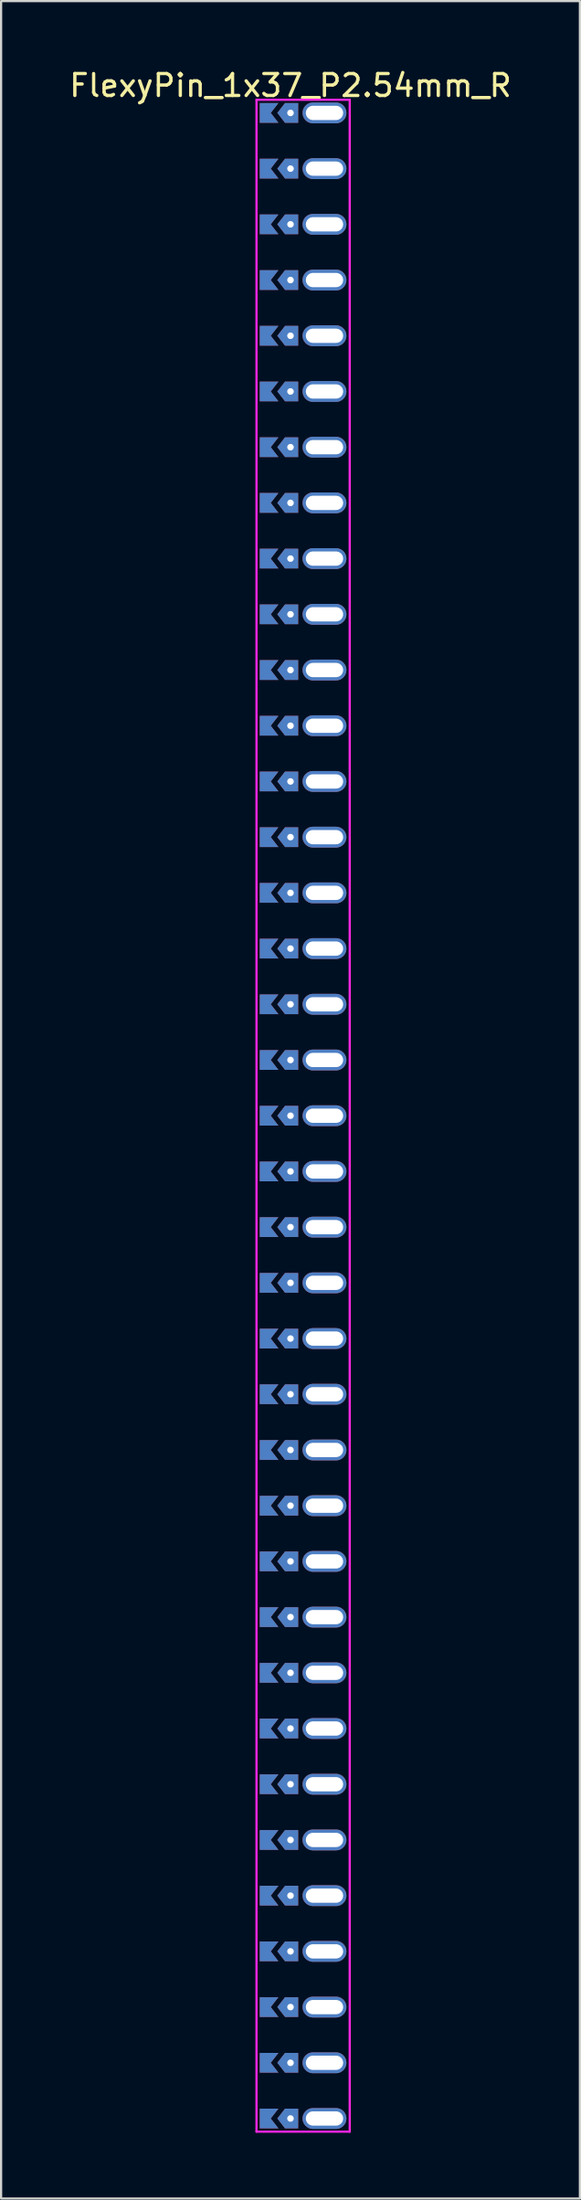
<source format=kicad_pcb>
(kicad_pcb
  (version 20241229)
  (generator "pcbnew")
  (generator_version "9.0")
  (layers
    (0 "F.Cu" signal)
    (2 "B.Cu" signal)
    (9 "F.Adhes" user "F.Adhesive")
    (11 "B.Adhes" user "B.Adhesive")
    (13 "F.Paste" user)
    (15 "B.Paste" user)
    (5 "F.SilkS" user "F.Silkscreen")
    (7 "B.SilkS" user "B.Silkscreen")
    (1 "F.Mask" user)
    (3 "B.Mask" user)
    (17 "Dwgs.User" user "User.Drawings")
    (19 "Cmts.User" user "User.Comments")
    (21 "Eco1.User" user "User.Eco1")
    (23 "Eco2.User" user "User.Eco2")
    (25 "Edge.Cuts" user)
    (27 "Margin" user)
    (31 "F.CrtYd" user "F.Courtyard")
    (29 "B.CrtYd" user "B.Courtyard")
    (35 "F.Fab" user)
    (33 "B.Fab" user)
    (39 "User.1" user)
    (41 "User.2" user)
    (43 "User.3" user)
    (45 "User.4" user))
  (footprint "FlexyPin_1x37_P2.54mm_R"
    (layer "F.Cu")
    (at 10.196 2.098)
    (property "Reference" "FlexyPin_1x37_P2.54mm_R" (at 0 -1.25 0) (layer "F.SilkS") (effects (font (size 1 1) (thickness 0.15))))
    (attr through_hole)
    (fp_line (start -1.55 -0.6) (end 2.7 -0.6) (stroke (width 0.1) (type solid)) (layer "F.CrtYd"))
    (fp_line (start -1.55 92.04) (end -1.55 -0.6) (stroke (width 0.1) (type solid)) (layer "F.CrtYd"))
    (fp_line (start 2.7 -0.6) (end 2.7 92.04) (stroke (width 0.1) (type solid)) (layer "F.CrtYd"))
    (fp_line (start 2.7 92.04) (end -1.55 92.04) (stroke (width 0.1) (type solid)) (layer "F.CrtYd"))
    (pad "" thru_hole custom (at 0 0) (size 0.3 0.3) (drill 0.6) (layers "*.Cu" "*.Mask") (options (anchor rect)) (primitives (gr_poly (pts (xy 0.35 0.45) (xy 0.35 -0.45) (xy -0.25 -0.45) (xy -0.6 0) (xy -0.25 0.45)) (width 0) (fill yes))))
    (pad "" thru_hole custom (at 0 2.54) (size 0.3 0.3) (drill 0.6) (layers "*.Cu" "*.Mask") (options (anchor rect)) (primitives (gr_poly (pts (xy 0.35 0.45) (xy 0.35 -0.45) (xy -0.25 -0.45) (xy -0.6 0) (xy -0.25 0.45)) (width 0) (fill yes))))
    (pad "" thru_hole custom (at 0 5.08) (size 0.3 0.3) (drill 0.6) (layers "*.Cu" "*.Mask") (options (anchor rect)) (primitives (gr_poly (pts (xy 0.35 0.45) (xy 0.35 -0.45) (xy -0.25 -0.45) (xy -0.6 0) (xy -0.25 0.45)) (width 0) (fill yes))))
    (pad "" thru_hole custom (at 0 7.62) (size 0.3 0.3) (drill 0.6) (layers "*.Cu" "*.Mask") (options (anchor rect)) (primitives (gr_poly (pts (xy 0.35 0.45) (xy 0.35 -0.45) (xy -0.25 -0.45) (xy -0.6 0) (xy -0.25 0.45)) (width 0) (fill yes))))
    (pad "" thru_hole custom (at 0 10.16) (size 0.3 0.3) (drill 0.6) (layers "*.Cu" "*.Mask") (options (anchor rect)) (primitives (gr_poly (pts (xy 0.35 0.45) (xy 0.35 -0.45) (xy -0.25 -0.45) (xy -0.6 0) (xy -0.25 0.45)) (width 0) (fill yes))))
    (pad "" thru_hole custom (at 0 12.7) (size 0.3 0.3) (drill 0.6) (layers "*.Cu" "*.Mask") (options (anchor rect)) (primitives (gr_poly (pts (xy 0.35 0.45) (xy 0.35 -0.45) (xy -0.25 -0.45) (xy -0.6 0) (xy -0.25 0.45)) (width 0) (fill yes))))
    (pad "" thru_hole custom (at 0 15.24) (size 0.3 0.3) (drill 0.6) (layers "*.Cu" "*.Mask") (options (anchor rect)) (primitives (gr_poly (pts (xy 0.35 0.45) (xy 0.35 -0.45) (xy -0.25 -0.45) (xy -0.6 0) (xy -0.25 0.45)) (width 0) (fill yes))))
    (pad "" thru_hole custom (at 0 17.78) (size 0.3 0.3) (drill 0.6) (layers "*.Cu" "*.Mask") (options (anchor rect)) (primitives (gr_poly (pts (xy 0.35 0.45) (xy 0.35 -0.45) (xy -0.25 -0.45) (xy -0.6 0) (xy -0.25 0.45)) (width 0) (fill yes))))
    (pad "" thru_hole custom (at 0 20.32) (size 0.3 0.3) (drill 0.6) (layers "*.Cu" "*.Mask") (options (anchor rect)) (primitives (gr_poly (pts (xy 0.35 0.45) (xy 0.35 -0.45) (xy -0.25 -0.45) (xy -0.6 0) (xy -0.25 0.45)) (width 0) (fill yes))))
    (pad "" thru_hole custom (at 0 22.86) (size 0.3 0.3) (drill 0.6) (layers "*.Cu" "*.Mask") (options (anchor rect)) (primitives (gr_poly (pts (xy 0.35 0.45) (xy 0.35 -0.45) (xy -0.25 -0.45) (xy -0.6 0) (xy -0.25 0.45)) (width 0) (fill yes))))
    (pad "" thru_hole custom (at 0 25.4) (size 0.3 0.3) (drill 0.6) (layers "*.Cu" "*.Mask") (options (anchor rect)) (primitives (gr_poly (pts (xy 0.35 0.45) (xy 0.35 -0.45) (xy -0.25 -0.45) (xy -0.6 0) (xy -0.25 0.45)) (width 0) (fill yes))))
    (pad "" thru_hole custom (at 0 27.94) (size 0.3 0.3) (drill 0.6) (layers "*.Cu" "*.Mask") (options (anchor rect)) (primitives (gr_poly (pts (xy 0.35 0.45) (xy 0.35 -0.45) (xy -0.25 -0.45) (xy -0.6 0) (xy -0.25 0.45)) (width 0) (fill yes))))
    (pad "" thru_hole custom (at 0 30.48) (size 0.3 0.3) (drill 0.6) (layers "*.Cu" "*.Mask") (options (anchor rect)) (primitives (gr_poly (pts (xy 0.35 0.45) (xy 0.35 -0.45) (xy -0.25 -0.45) (xy -0.6 0) (xy -0.25 0.45)) (width 0) (fill yes))))
    (pad "" thru_hole custom (at 0 33.02) (size 0.3 0.3) (drill 0.6) (layers "*.Cu" "*.Mask") (options (anchor rect)) (primitives (gr_poly (pts (xy 0.35 0.45) (xy 0.35 -0.45) (xy -0.25 -0.45) (xy -0.6 0) (xy -0.25 0.45)) (width 0) (fill yes))))
    (pad "" thru_hole custom (at 0 35.56) (size 0.3 0.3) (drill 0.6) (layers "*.Cu" "*.Mask") (options (anchor rect)) (primitives (gr_poly (pts (xy 0.35 0.45) (xy 0.35 -0.45) (xy -0.25 -0.45) (xy -0.6 0) (xy -0.25 0.45)) (width 0) (fill yes))))
    (pad "" thru_hole custom (at 0 38.1) (size 0.3 0.3) (drill 0.6) (layers "*.Cu" "*.Mask") (options (anchor rect)) (primitives (gr_poly (pts (xy 0.35 0.45) (xy 0.35 -0.45) (xy -0.25 -0.45) (xy -0.6 0) (xy -0.25 0.45)) (width 0) (fill yes))))
    (pad "" thru_hole custom (at 0 40.64) (size 0.3 0.3) (drill 0.6) (layers "*.Cu" "*.Mask") (options (anchor rect)) (primitives (gr_poly (pts (xy 0.35 0.45) (xy 0.35 -0.45) (xy -0.25 -0.45) (xy -0.6 0) (xy -0.25 0.45)) (width 0) (fill yes))))
    (pad "" thru_hole custom (at 0 43.18) (size 0.3 0.3) (drill 0.6) (layers "*.Cu" "*.Mask") (options (anchor rect)) (primitives (gr_poly (pts (xy 0.35 0.45) (xy 0.35 -0.45) (xy -0.25 -0.45) (xy -0.6 0) (xy -0.25 0.45)) (width 0) (fill yes))))
    (pad "" thru_hole custom (at 0 45.72) (size 0.3 0.3) (drill 0.6) (layers "*.Cu" "*.Mask") (options (anchor rect)) (primitives (gr_poly (pts (xy 0.35 0.45) (xy 0.35 -0.45) (xy -0.25 -0.45) (xy -0.6 0) (xy -0.25 0.45)) (width 0) (fill yes))))
    (pad "" thru_hole custom (at 0 48.26) (size 0.3 0.3) (drill 0.6) (layers "*.Cu" "*.Mask") (options (anchor rect)) (primitives (gr_poly (pts (xy 0.35 0.45) (xy 0.35 -0.45) (xy -0.25 -0.45) (xy -0.6 0) (xy -0.25 0.45)) (width 0) (fill yes))))
    (pad "" thru_hole custom (at 0 50.8) (size 0.3 0.3) (drill 0.6) (layers "*.Cu" "*.Mask") (options (anchor rect)) (primitives (gr_poly (pts (xy 0.35 0.45) (xy 0.35 -0.45) (xy -0.25 -0.45) (xy -0.6 0) (xy -0.25 0.45)) (width 0) (fill yes))))
    (pad "" thru_hole custom (at 0 53.34) (size 0.3 0.3) (drill 0.6) (layers "*.Cu" "*.Mask") (options (anchor rect)) (primitives (gr_poly (pts (xy 0.35 0.45) (xy 0.35 -0.45) (xy -0.25 -0.45) (xy -0.6 0) (xy -0.25 0.45)) (width 0) (fill yes))))
    (pad "" thru_hole custom (at 0 55.88) (size 0.3 0.3) (drill 0.6) (layers "*.Cu" "*.Mask") (options (anchor rect)) (primitives (gr_poly (pts (xy 0.35 0.45) (xy 0.35 -0.45) (xy -0.25 -0.45) (xy -0.6 0) (xy -0.25 0.45)) (width 0) (fill yes))))
    (pad "" thru_hole custom (at 0 58.42) (size 0.3 0.3) (drill 0.6) (layers "*.Cu" "*.Mask") (options (anchor rect)) (primitives (gr_poly (pts (xy 0.35 0.45) (xy 0.35 -0.45) (xy -0.25 -0.45) (xy -0.6 0) (xy -0.25 0.45)) (width 0) (fill yes))))
    (pad "" thru_hole custom (at 0 60.96) (size 0.3 0.3) (drill 0.6) (layers "*.Cu" "*.Mask") (options (anchor rect)) (primitives (gr_poly (pts (xy 0.35 0.45) (xy 0.35 -0.45) (xy -0.25 -0.45) (xy -0.6 0) (xy -0.25 0.45)) (width 0) (fill yes))))
    (pad "" thru_hole custom (at 0 63.5) (size 0.3 0.3) (drill 0.6) (layers "*.Cu" "*.Mask") (options (anchor rect)) (primitives (gr_poly (pts (xy 0.35 0.45) (xy 0.35 -0.45) (xy -0.25 -0.45) (xy -0.6 0) (xy -0.25 0.45)) (width 0) (fill yes))))
    (pad "" thru_hole custom (at 0 66.04) (size 0.3 0.3) (drill 0.6) (layers "*.Cu" "*.Mask") (options (anchor rect)) (primitives (gr_poly (pts (xy 0.35 0.45) (xy 0.35 -0.45) (xy -0.25 -0.45) (xy -0.6 0) (xy -0.25 0.45)) (width 0) (fill yes))))
    (pad "" thru_hole custom (at 0 68.58) (size 0.3 0.3) (drill 0.6) (layers "*.Cu" "*.Mask") (options (anchor rect)) (primitives (gr_poly (pts (xy 0.35 0.45) (xy 0.35 -0.45) (xy -0.25 -0.45) (xy -0.6 0) (xy -0.25 0.45)) (width 0) (fill yes))))
    (pad "" thru_hole custom (at 0 71.12) (size 0.3 0.3) (drill 0.6) (layers "*.Cu" "*.Mask") (options (anchor rect)) (primitives (gr_poly (pts (xy 0.35 0.45) (xy 0.35 -0.45) (xy -0.25 -0.45) (xy -0.6 0) (xy -0.25 0.45)) (width 0) (fill yes))))
    (pad "" thru_hole custom (at 0 73.66) (size 0.3 0.3) (drill 0.6) (layers "*.Cu" "*.Mask") (options (anchor rect)) (primitives (gr_poly (pts (xy 0.35 0.45) (xy 0.35 -0.45) (xy -0.25 -0.45) (xy -0.6 0) (xy -0.25 0.45)) (width 0) (fill yes))))
    (pad "" thru_hole custom (at 0 76.2) (size 0.3 0.3) (drill 0.6) (layers "*.Cu" "*.Mask") (options (anchor rect)) (primitives (gr_poly (pts (xy 0.35 0.45) (xy 0.35 -0.45) (xy -0.25 -0.45) (xy -0.6 0) (xy -0.25 0.45)) (width 0) (fill yes))))
    (pad "" thru_hole custom (at 0 78.74) (size 0.3 0.3) (drill 0.6) (layers "*.Cu" "*.Mask") (options (anchor rect)) (primitives (gr_poly (pts (xy 0.35 0.45) (xy 0.35 -0.45) (xy -0.25 -0.45) (xy -0.6 0) (xy -0.25 0.45)) (width 0) (fill yes))))
    (pad "" thru_hole custom (at 0 81.28) (size 0.3 0.3) (drill 0.6) (layers "*.Cu" "*.Mask") (options (anchor rect)) (primitives (gr_poly (pts (xy 0.35 0.45) (xy 0.35 -0.45) (xy -0.25 -0.45) (xy -0.6 0) (xy -0.25 0.45)) (width 0) (fill yes))))
    (pad "" thru_hole custom (at 0 83.82) (size 0.3 0.3) (drill 0.6) (layers "*.Cu" "*.Mask") (options (anchor rect)) (primitives (gr_poly (pts (xy 0.35 0.45) (xy 0.35 -0.45) (xy -0.25 -0.45) (xy -0.6 0) (xy -0.25 0.45)) (width 0) (fill yes))))
    (pad "" thru_hole custom (at 0 86.36) (size 0.3 0.3) (drill 0.6) (layers "*.Cu" "*.Mask") (options (anchor rect)) (primitives (gr_poly (pts (xy 0.35 0.45) (xy 0.35 -0.45) (xy -0.25 -0.45) (xy -0.6 0) (xy -0.25 0.45)) (width 0) (fill yes))))
    (pad "" thru_hole custom (at 0 88.9) (size 0.3 0.3) (drill 0.6) (layers "*.Cu" "*.Mask") (options (anchor rect)) (primitives (gr_poly (pts (xy 0.35 0.45) (xy 0.35 -0.45) (xy -0.25 -0.45) (xy -0.6 0) (xy -0.25 0.45)) (width 0) (fill yes))))
    (pad "" thru_hole custom (at 0 91.44) (size 0.3 0.3) (drill 0.6) (layers "*.Cu" "*.Mask") (options (anchor rect)) (primitives (gr_poly (pts (xy 0.35 0.45) (xy 0.35 -0.45) (xy -0.25 -0.45) (xy -0.6 0) (xy -0.25 0.45)) (width 0) (fill yes))))
    (pad "" thru_hole oval (at 1.55 0) (size 2 0.95) (drill oval 1.7 0.65) (layers "*.Cu" "*.Mask"))
    (pad "" thru_hole oval (at 1.55 2.54) (size 2 0.95) (drill oval 1.7 0.65) (layers "*.Cu" "*.Mask"))
    (pad "" thru_hole oval (at 1.55 5.08) (size 2 0.95) (drill oval 1.7 0.65) (layers "*.Cu" "*.Mask"))
    (pad "" thru_hole oval (at 1.55 7.62) (size 2 0.95) (drill oval 1.7 0.65) (layers "*.Cu" "*.Mask"))
    (pad "" thru_hole oval (at 1.55 10.16) (size 2 0.95) (drill oval 1.7 0.65) (layers "*.Cu" "*.Mask"))
    (pad "" thru_hole oval (at 1.55 12.7) (size 2 0.95) (drill oval 1.7 0.65) (layers "*.Cu" "*.Mask"))
    (pad "" thru_hole oval (at 1.55 15.24) (size 2 0.95) (drill oval 1.7 0.65) (layers "*.Cu" "*.Mask"))
    (pad "" thru_hole oval (at 1.55 17.78) (size 2 0.95) (drill oval 1.7 0.65) (layers "*.Cu" "*.Mask"))
    (pad "" thru_hole oval (at 1.55 20.32) (size 2 0.95) (drill oval 1.7 0.65) (layers "*.Cu" "*.Mask"))
    (pad "" thru_hole oval (at 1.55 22.86) (size 2 0.95) (drill oval 1.7 0.65) (layers "*.Cu" "*.Mask"))
    (pad "" thru_hole oval (at 1.55 25.4) (size 2 0.95) (drill oval 1.7 0.65) (layers "*.Cu" "*.Mask"))
    (pad "" thru_hole oval (at 1.55 27.94) (size 2 0.95) (drill oval 1.7 0.65) (layers "*.Cu" "*.Mask"))
    (pad "" thru_hole oval (at 1.55 30.48) (size 2 0.95) (drill oval 1.7 0.65) (layers "*.Cu" "*.Mask"))
    (pad "" thru_hole oval (at 1.55 33.02) (size 2 0.95) (drill oval 1.7 0.65) (layers "*.Cu" "*.Mask"))
    (pad "" thru_hole oval (at 1.55 35.56) (size 2 0.95) (drill oval 1.7 0.65) (layers "*.Cu" "*.Mask"))
    (pad "" thru_hole oval (at 1.55 38.1) (size 2 0.95) (drill oval 1.7 0.65) (layers "*.Cu" "*.Mask"))
    (pad "" thru_hole oval (at 1.55 40.64) (size 2 0.95) (drill oval 1.7 0.65) (layers "*.Cu" "*.Mask"))
    (pad "" thru_hole oval (at 1.55 43.18) (size 2 0.95) (drill oval 1.7 0.65) (layers "*.Cu" "*.Mask"))
    (pad "" thru_hole oval (at 1.55 45.72) (size 2 0.95) (drill oval 1.7 0.65) (layers "*.Cu" "*.Mask"))
    (pad "" thru_hole oval (at 1.55 48.26) (size 2 0.95) (drill oval 1.7 0.65) (layers "*.Cu" "*.Mask"))
    (pad "" thru_hole oval (at 1.55 50.8) (size 2 0.95) (drill oval 1.7 0.65) (layers "*.Cu" "*.Mask"))
    (pad "" thru_hole oval (at 1.55 53.34) (size 2 0.95) (drill oval 1.7 0.65) (layers "*.Cu" "*.Mask"))
    (pad "" thru_hole oval (at 1.55 55.88) (size 2 0.95) (drill oval 1.7 0.65) (layers "*.Cu" "*.Mask"))
    (pad "" thru_hole oval (at 1.55 58.42) (size 2 0.95) (drill oval 1.7 0.65) (layers "*.Cu" "*.Mask"))
    (pad "" thru_hole oval (at 1.55 60.96) (size 2 0.95) (drill oval 1.7 0.65) (layers "*.Cu" "*.Mask"))
    (pad "" thru_hole oval (at 1.55 63.5) (size 2 0.95) (drill oval 1.7 0.65) (layers "*.Cu" "*.Mask"))
    (pad "" thru_hole oval (at 1.55 66.04) (size 2 0.95) (drill oval 1.7 0.65) (layers "*.Cu" "*.Mask"))
    (pad "" thru_hole oval (at 1.55 68.58) (size 2 0.95) (drill oval 1.7 0.65) (layers "*.Cu" "*.Mask"))
    (pad "" thru_hole oval (at 1.55 71.12) (size 2 0.95) (drill oval 1.7 0.65) (layers "*.Cu" "*.Mask"))
    (pad "" thru_hole oval (at 1.55 73.66) (size 2 0.95) (drill oval 1.7 0.65) (layers "*.Cu" "*.Mask"))
    (pad "" thru_hole oval (at 1.55 76.2) (size 2 0.95) (drill oval 1.7 0.65) (layers "*.Cu" "*.Mask"))
    (pad "" thru_hole oval (at 1.55 78.74) (size 2 0.95) (drill oval 1.7 0.65) (layers "*.Cu" "*.Mask"))
    (pad "" thru_hole oval (at 1.55 81.28) (size 2 0.95) (drill oval 1.7 0.65) (layers "*.Cu" "*.Mask"))
    (pad "" thru_hole oval (at 1.55 83.82) (size 2 0.95) (drill oval 1.7 0.65) (layers "*.Cu" "*.Mask"))
    (pad "" thru_hole oval (at 1.55 86.36) (size 2 0.95) (drill oval 1.7 0.65) (layers "*.Cu" "*.Mask"))
    (pad "" thru_hole oval (at 1.55 88.9) (size 2 0.95) (drill oval 1.7 0.65) (layers "*.Cu" "*.Mask"))
    (pad "" thru_hole oval (at 1.55 91.44) (size 2 0.95) (drill oval 1.7 0.65) (layers "*.Cu" "*.Mask"))
    (pad "1" smd custom (at -0.9 0) (size 0.01 0.01) (layers "F.Cu" "F.Mask") (options (anchor rect)) (primitives (gr_poly (pts (xy 0 0) (xy 0.35 0.45) (xy -0.5 0.45) (xy -0.5 -0.45) (xy 0.35 -0.45)) (width 0) (fill yes))))
    (pad "2" smd custom (at -0.9 2.54) (size 0.01 0.01) (layers "F.Cu" "F.Mask") (options (anchor rect)) (primitives (gr_poly (pts (xy 0 0) (xy 0.35 0.45) (xy -0.5 0.45) (xy -0.5 -0.45) (xy 0.35 -0.45)) (width 0) (fill yes))))
    (pad "3" smd custom (at -0.9 5.08) (size 0.01 0.01) (layers "F.Cu" "F.Mask") (options (anchor rect)) (primitives (gr_poly (pts (xy 0 0) (xy 0.35 0.45) (xy -0.5 0.45) (xy -0.5 -0.45) (xy 0.35 -0.45)) (width 0) (fill yes))))
    (pad "4" smd custom (at -0.9 7.62) (size 0.01 0.01) (layers "F.Cu" "F.Mask") (options (anchor rect)) (primitives (gr_poly (pts (xy 0 0) (xy 0.35 0.45) (xy -0.5 0.45) (xy -0.5 -0.45) (xy 0.35 -0.45)) (width 0) (fill yes))))
    (pad "5" smd custom (at -0.9 10.16) (size 0.01 0.01) (layers "F.Cu" "F.Mask") (options (anchor rect)) (primitives (gr_poly (pts (xy 0 0) (xy 0.35 0.45) (xy -0.5 0.45) (xy -0.5 -0.45) (xy 0.35 -0.45)) (width 0) (fill yes))))
    (pad "6" smd custom (at -0.9 12.7) (size 0.01 0.01) (layers "F.Cu" "F.Mask") (options (anchor rect)) (primitives (gr_poly (pts (xy 0 0) (xy 0.35 0.45) (xy -0.5 0.45) (xy -0.5 -0.45) (xy 0.35 -0.45)) (width 0) (fill yes))))
    (pad "7" smd custom (at -0.9 15.24) (size 0.01 0.01) (layers "F.Cu" "F.Mask") (options (anchor rect)) (primitives (gr_poly (pts (xy 0 0) (xy 0.35 0.45) (xy -0.5 0.45) (xy -0.5 -0.45) (xy 0.35 -0.45)) (width 0) (fill yes))))
    (pad "8" smd custom (at -0.9 17.78) (size 0.01 0.01) (layers "F.Cu" "F.Mask") (options (anchor rect)) (primitives (gr_poly (pts (xy 0 0) (xy 0.35 0.45) (xy -0.5 0.45) (xy -0.5 -0.45) (xy 0.35 -0.45)) (width 0) (fill yes))))
    (pad "9" smd custom (at -0.9 20.32) (size 0.01 0.01) (layers "F.Cu" "F.Mask") (options (anchor rect)) (primitives (gr_poly (pts (xy 0 0) (xy 0.35 0.45) (xy -0.5 0.45) (xy -0.5 -0.45) (xy 0.35 -0.45)) (width 0) (fill yes))))
    (pad "10" smd custom (at -0.9 22.86) (size 0.01 0.01) (layers "F.Cu" "F.Mask") (options (anchor rect)) (primitives (gr_poly (pts (xy 0 0) (xy 0.35 0.45) (xy -0.5 0.45) (xy -0.5 -0.45) (xy 0.35 -0.45)) (width 0) (fill yes))))
    (pad "11" smd custom (at -0.9 25.4) (size 0.01 0.01) (layers "F.Cu" "F.Mask") (options (anchor rect)) (primitives (gr_poly (pts (xy 0 0) (xy 0.35 0.45) (xy -0.5 0.45) (xy -0.5 -0.45) (xy 0.35 -0.45)) (width 0) (fill yes))))
    (pad "12" smd custom (at -0.9 27.94) (size 0.01 0.01) (layers "F.Cu" "F.Mask") (options (anchor rect)) (primitives (gr_poly (pts (xy 0 0) (xy 0.35 0.45) (xy -0.5 0.45) (xy -0.5 -0.45) (xy 0.35 -0.45)) (width 0) (fill yes))))
    (pad "13" smd custom (at -0.9 30.48) (size 0.01 0.01) (layers "F.Cu" "F.Mask") (options (anchor rect)) (primitives (gr_poly (pts (xy 0 0) (xy 0.35 0.45) (xy -0.5 0.45) (xy -0.5 -0.45) (xy 0.35 -0.45)) (width 0) (fill yes))))
    (pad "14" smd custom (at -0.9 33.02) (size 0.01 0.01) (layers "F.Cu" "F.Mask") (options (anchor rect)) (primitives (gr_poly (pts (xy 0 0) (xy 0.35 0.45) (xy -0.5 0.45) (xy -0.5 -0.45) (xy 0.35 -0.45)) (width 0) (fill yes))))
    (pad "15" smd custom (at -0.9 35.56) (size 0.01 0.01) (layers "F.Cu" "F.Mask") (options (anchor rect)) (primitives (gr_poly (pts (xy 0 0) (xy 0.35 0.45) (xy -0.5 0.45) (xy -0.5 -0.45) (xy 0.35 -0.45)) (width 0) (fill yes))))
    (pad "16" smd custom (at -0.9 38.1) (size 0.01 0.01) (layers "F.Cu" "F.Mask") (options (anchor rect)) (primitives (gr_poly (pts (xy 0 0) (xy 0.35 0.45) (xy -0.5 0.45) (xy -0.5 -0.45) (xy 0.35 -0.45)) (width 0) (fill yes))))
    (pad "17" smd custom (at -0.9 40.64) (size 0.01 0.01) (layers "F.Cu" "F.Mask") (options (anchor rect)) (primitives (gr_poly (pts (xy 0 0) (xy 0.35 0.45) (xy -0.5 0.45) (xy -0.5 -0.45) (xy 0.35 -0.45)) (width 0) (fill yes))))
    (pad "18" smd custom (at -0.9 43.18) (size 0.01 0.01) (layers "F.Cu" "F.Mask") (options (anchor rect)) (primitives (gr_poly (pts (xy 0 0) (xy 0.35 0.45) (xy -0.5 0.45) (xy -0.5 -0.45) (xy 0.35 -0.45)) (width 0) (fill yes))))
    (pad "19" smd custom (at -0.9 45.72) (size 0.01 0.01) (layers "F.Cu" "F.Mask") (options (anchor rect)) (primitives (gr_poly (pts (xy 0 0) (xy 0.35 0.45) (xy -0.5 0.45) (xy -0.5 -0.45) (xy 0.35 -0.45)) (width 0) (fill yes))))
    (pad "20" smd custom (at -0.9 48.26) (size 0.01 0.01) (layers "F.Cu" "F.Mask") (options (anchor rect)) (primitives (gr_poly (pts (xy 0 0) (xy 0.35 0.45) (xy -0.5 0.45) (xy -0.5 -0.45) (xy 0.35 -0.45)) (width 0) (fill yes))))
    (pad "21" smd custom (at -0.9 50.8) (size 0.01 0.01) (layers "F.Cu" "F.Mask") (options (anchor rect)) (primitives (gr_poly (pts (xy 0 0) (xy 0.35 0.45) (xy -0.5 0.45) (xy -0.5 -0.45) (xy 0.35 -0.45)) (width 0) (fill yes))))
    (pad "22" smd custom (at -0.9 53.34) (size 0.01 0.01) (layers "F.Cu" "F.Mask") (options (anchor rect)) (primitives (gr_poly (pts (xy 0 0) (xy 0.35 0.45) (xy -0.5 0.45) (xy -0.5 -0.45) (xy 0.35 -0.45)) (width 0) (fill yes))))
    (pad "23" smd custom (at -0.9 55.88) (size 0.01 0.01) (layers "F.Cu" "F.Mask") (options (anchor rect)) (primitives (gr_poly (pts (xy 0 0) (xy 0.35 0.45) (xy -0.5 0.45) (xy -0.5 -0.45) (xy 0.35 -0.45)) (width 0) (fill yes))))
    (pad "24" smd custom (at -0.9 58.42) (size 0.01 0.01) (layers "F.Cu" "F.Mask") (options (anchor rect)) (primitives (gr_poly (pts (xy 0 0) (xy 0.35 0.45) (xy -0.5 0.45) (xy -0.5 -0.45) (xy 0.35 -0.45)) (width 0) (fill yes))))
    (pad "25" smd custom (at -0.9 60.96) (size 0.01 0.01) (layers "F.Cu" "F.Mask") (options (anchor rect)) (primitives (gr_poly (pts (xy 0 0) (xy 0.35 0.45) (xy -0.5 0.45) (xy -0.5 -0.45) (xy 0.35 -0.45)) (width 0) (fill yes))))
    (pad "26" smd custom (at -0.9 63.5) (size 0.01 0.01) (layers "F.Cu" "F.Mask") (options (anchor rect)) (primitives (gr_poly (pts (xy 0 0) (xy 0.35 0.45) (xy -0.5 0.45) (xy -0.5 -0.45) (xy 0.35 -0.45)) (width 0) (fill yes))))
    (pad "27" smd custom (at -0.9 66.04) (size 0.01 0.01) (layers "F.Cu" "F.Mask") (options (anchor rect)) (primitives (gr_poly (pts (xy 0 0) (xy 0.35 0.45) (xy -0.5 0.45) (xy -0.5 -0.45) (xy 0.35 -0.45)) (width 0) (fill yes))))
    (pad "28" smd custom (at -0.9 68.58) (size 0.01 0.01) (layers "F.Cu" "F.Mask") (options (anchor rect)) (primitives (gr_poly (pts (xy 0 0) (xy 0.35 0.45) (xy -0.5 0.45) (xy -0.5 -0.45) (xy 0.35 -0.45)) (width 0) (fill yes))))
    (pad "29" smd custom (at -0.9 71.12) (size 0.01 0.01) (layers "F.Cu" "F.Mask") (options (anchor rect)) (primitives (gr_poly (pts (xy 0 0) (xy 0.35 0.45) (xy -0.5 0.45) (xy -0.5 -0.45) (xy 0.35 -0.45)) (width 0) (fill yes))))
    (pad "30" smd custom (at -0.9 73.66) (size 0.01 0.01) (layers "F.Cu" "F.Mask") (options (anchor rect)) (primitives (gr_poly (pts (xy 0 0) (xy 0.35 0.45) (xy -0.5 0.45) (xy -0.5 -0.45) (xy 0.35 -0.45)) (width 0) (fill yes))))
    (pad "31" smd custom (at -0.9 76.2) (size 0.01 0.01) (layers "F.Cu" "F.Mask") (options (anchor rect)) (primitives (gr_poly (pts (xy 0 0) (xy 0.35 0.45) (xy -0.5 0.45) (xy -0.5 -0.45) (xy 0.35 -0.45)) (width 0) (fill yes))))
    (pad "32" smd custom (at -0.9 78.74) (size 0.01 0.01) (layers "F.Cu" "F.Mask") (options (anchor rect)) (primitives (gr_poly (pts (xy 0 0) (xy 0.35 0.45) (xy -0.5 0.45) (xy -0.5 -0.45) (xy 0.35 -0.45)) (width 0) (fill yes))))
    (pad "33" smd custom (at -0.9 81.28) (size 0.01 0.01) (layers "F.Cu" "F.Mask") (options (anchor rect)) (primitives (gr_poly (pts (xy 0 0) (xy 0.35 0.45) (xy -0.5 0.45) (xy -0.5 -0.45) (xy 0.35 -0.45)) (width 0) (fill yes))))
    (pad "34" smd custom (at -0.9 83.82) (size 0.01 0.01) (layers "F.Cu" "F.Mask") (options (anchor rect)) (primitives (gr_poly (pts (xy 0 0) (xy 0.35 0.45) (xy -0.5 0.45) (xy -0.5 -0.45) (xy 0.35 -0.45)) (width 0) (fill yes))))
    (pad "35" smd custom (at -0.9 86.36) (size 0.01 0.01) (layers "F.Cu" "F.Mask") (options (anchor rect)) (primitives (gr_poly (pts (xy 0 0) (xy 0.35 0.45) (xy -0.5 0.45) (xy -0.5 -0.45) (xy 0.35 -0.45)) (width 0) (fill yes))))
    (pad "36" smd custom (at -0.9 88.9) (size 0.01 0.01) (layers "F.Cu" "F.Mask") (options (anchor rect)) (primitives (gr_poly (pts (xy 0 0) (xy 0.35 0.45) (xy -0.5 0.45) (xy -0.5 -0.45) (xy 0.35 -0.45)) (width 0) (fill yes))))
    (pad "37" smd custom (at -0.9 91.44) (size 0.01 0.01) (layers "F.Cu" "F.Mask") (options (anchor rect)) (primitives (gr_poly (pts (xy 0 0) (xy 0.35 0.45) (xy -0.5 0.45) (xy -0.5 -0.45) (xy 0.35 -0.45)) (width 0) (fill yes))))
    (pad "38" smd custom (at -0.9 0) (size 0.01 0.01) (layers "B.Cu" "B.Mask") (options (anchor rect)) (primitives (gr_poly (pts (xy 0 0) (xy 0.35 0.45) (xy -0.5 0.45) (xy -0.5 -0.45) (xy 0.35 -0.45)) (width 0) (fill yes))))
    (pad "39" smd custom (at -0.9 2.54) (size 0.01 0.01) (layers "B.Cu" "B.Mask") (options (anchor rect)) (primitives (gr_poly (pts (xy 0 0) (xy 0.35 0.45) (xy -0.5 0.45) (xy -0.5 -0.45) (xy 0.35 -0.45)) (width 0) (fill yes))))
    (pad "40" smd custom (at -0.9 5.08) (size 0.01 0.01) (layers "B.Cu" "B.Mask") (options (anchor rect)) (primitives (gr_poly (pts (xy 0 0) (xy 0.35 0.45) (xy -0.5 0.45) (xy -0.5 -0.45) (xy 0.35 -0.45)) (width 0) (fill yes))))
    (pad "41" smd custom (at -0.9 7.62) (size 0.01 0.01) (layers "B.Cu" "B.Mask") (options (anchor rect)) (primitives (gr_poly (pts (xy 0 0) (xy 0.35 0.45) (xy -0.5 0.45) (xy -0.5 -0.45) (xy 0.35 -0.45)) (width 0) (fill yes))))
    (pad "42" smd custom (at -0.9 10.16) (size 0.01 0.01) (layers "B.Cu" "B.Mask") (options (anchor rect)) (primitives (gr_poly (pts (xy 0 0) (xy 0.35 0.45) (xy -0.5 0.45) (xy -0.5 -0.45) (xy 0.35 -0.45)) (width 0) (fill yes))))
    (pad "43" smd custom (at -0.9 12.7) (size 0.01 0.01) (layers "B.Cu" "B.Mask") (options (anchor rect)) (primitives (gr_poly (pts (xy 0 0) (xy 0.35 0.45) (xy -0.5 0.45) (xy -0.5 -0.45) (xy 0.35 -0.45)) (width 0) (fill yes))))
    (pad "44" smd custom (at -0.9 15.24) (size 0.01 0.01) (layers "B.Cu" "B.Mask") (options (anchor rect)) (primitives (gr_poly (pts (xy 0 0) (xy 0.35 0.45) (xy -0.5 0.45) (xy -0.5 -0.45) (xy 0.35 -0.45)) (width 0) (fill yes))))
    (pad "45" smd custom (at -0.9 17.78) (size 0.01 0.01) (layers "B.Cu" "B.Mask") (options (anchor rect)) (primitives (gr_poly (pts (xy 0 0) (xy 0.35 0.45) (xy -0.5 0.45) (xy -0.5 -0.45) (xy 0.35 -0.45)) (width 0) (fill yes))))
    (pad "46" smd custom (at -0.9 20.32) (size 0.01 0.01) (layers "B.Cu" "B.Mask") (options (anchor rect)) (primitives (gr_poly (pts (xy 0 0) (xy 0.35 0.45) (xy -0.5 0.45) (xy -0.5 -0.45) (xy 0.35 -0.45)) (width 0) (fill yes))))
    (pad "47" smd custom (at -0.9 22.86) (size 0.01 0.01) (layers "B.Cu" "B.Mask") (options (anchor rect)) (primitives (gr_poly (pts (xy 0 0) (xy 0.35 0.45) (xy -0.5 0.45) (xy -0.5 -0.45) (xy 0.35 -0.45)) (width 0) (fill yes))))
    (pad "48" smd custom (at -0.9 25.4) (size 0.01 0.01) (layers "B.Cu" "B.Mask") (options (anchor rect)) (primitives (gr_poly (pts (xy 0 0) (xy 0.35 0.45) (xy -0.5 0.45) (xy -0.5 -0.45) (xy 0.35 -0.45)) (width 0) (fill yes))))
    (pad "49" smd custom (at -0.9 27.94) (size 0.01 0.01) (layers "B.Cu" "B.Mask") (options (anchor rect)) (primitives (gr_poly (pts (xy 0 0) (xy 0.35 0.45) (xy -0.5 0.45) (xy -0.5 -0.45) (xy 0.35 -0.45)) (width 0) (fill yes))))
    (pad "50" smd custom (at -0.9 30.48) (size 0.01 0.01) (layers "B.Cu" "B.Mask") (options (anchor rect)) (primitives (gr_poly (pts (xy 0 0) (xy 0.35 0.45) (xy -0.5 0.45) (xy -0.5 -0.45) (xy 0.35 -0.45)) (width 0) (fill yes))))
    (pad "51" smd custom (at -0.9 33.02) (size 0.01 0.01) (layers "B.Cu" "B.Mask") (options (anchor rect)) (primitives (gr_poly (pts (xy 0 0) (xy 0.35 0.45) (xy -0.5 0.45) (xy -0.5 -0.45) (xy 0.35 -0.45)) (width 0) (fill yes))))
    (pad "52" smd custom (at -0.9 35.56) (size 0.01 0.01) (layers "B.Cu" "B.Mask") (options (anchor rect)) (primitives (gr_poly (pts (xy 0 0) (xy 0.35 0.45) (xy -0.5 0.45) (xy -0.5 -0.45) (xy 0.35 -0.45)) (width 0) (fill yes))))
    (pad "53" smd custom (at -0.9 38.1) (size 0.01 0.01) (layers "B.Cu" "B.Mask") (options (anchor rect)) (primitives (gr_poly (pts (xy 0 0) (xy 0.35 0.45) (xy -0.5 0.45) (xy -0.5 -0.45) (xy 0.35 -0.45)) (width 0) (fill yes))))
    (pad "54" smd custom (at -0.9 40.64) (size 0.01 0.01) (layers "B.Cu" "B.Mask") (options (anchor rect)) (primitives (gr_poly (pts (xy 0 0) (xy 0.35 0.45) (xy -0.5 0.45) (xy -0.5 -0.45) (xy 0.35 -0.45)) (width 0) (fill yes))))
    (pad "55" smd custom (at -0.9 43.18) (size 0.01 0.01) (layers "B.Cu" "B.Mask") (options (anchor rect)) (primitives (gr_poly (pts (xy 0 0) (xy 0.35 0.45) (xy -0.5 0.45) (xy -0.5 -0.45) (xy 0.35 -0.45)) (width 0) (fill yes))))
    (pad "56" smd custom (at -0.9 45.72) (size 0.01 0.01) (layers "B.Cu" "B.Mask") (options (anchor rect)) (primitives (gr_poly (pts (xy 0 0) (xy 0.35 0.45) (xy -0.5 0.45) (xy -0.5 -0.45) (xy 0.35 -0.45)) (width 0) (fill yes))))
    (pad "57" smd custom (at -0.9 48.26) (size 0.01 0.01) (layers "B.Cu" "B.Mask") (options (anchor rect)) (primitives (gr_poly (pts (xy 0 0) (xy 0.35 0.45) (xy -0.5 0.45) (xy -0.5 -0.45) (xy 0.35 -0.45)) (width 0) (fill yes))))
    (pad "58" smd custom (at -0.9 50.8) (size 0.01 0.01) (layers "B.Cu" "B.Mask") (options (anchor rect)) (primitives (gr_poly (pts (xy 0 0) (xy 0.35 0.45) (xy -0.5 0.45) (xy -0.5 -0.45) (xy 0.35 -0.45)) (width 0) (fill yes))))
    (pad "59" smd custom (at -0.9 53.34) (size 0.01 0.01) (layers "B.Cu" "B.Mask") (options (anchor rect)) (primitives (gr_poly (pts (xy 0 0) (xy 0.35 0.45) (xy -0.5 0.45) (xy -0.5 -0.45) (xy 0.35 -0.45)) (width 0) (fill yes))))
    (pad "60" smd custom (at -0.9 55.88) (size 0.01 0.01) (layers "B.Cu" "B.Mask") (options (anchor rect)) (primitives (gr_poly (pts (xy 0 0) (xy 0.35 0.45) (xy -0.5 0.45) (xy -0.5 -0.45) (xy 0.35 -0.45)) (width 0) (fill yes))))
    (pad "61" smd custom (at -0.9 58.42) (size 0.01 0.01) (layers "B.Cu" "B.Mask") (options (anchor rect)) (primitives (gr_poly (pts (xy 0 0) (xy 0.35 0.45) (xy -0.5 0.45) (xy -0.5 -0.45) (xy 0.35 -0.45)) (width 0) (fill yes))))
    (pad "62" smd custom (at -0.9 60.96) (size 0.01 0.01) (layers "B.Cu" "B.Mask") (options (anchor rect)) (primitives (gr_poly (pts (xy 0 0) (xy 0.35 0.45) (xy -0.5 0.45) (xy -0.5 -0.45) (xy 0.35 -0.45)) (width 0) (fill yes))))
    (pad "63" smd custom (at -0.9 63.5) (size 0.01 0.01) (layers "B.Cu" "B.Mask") (options (anchor rect)) (primitives (gr_poly (pts (xy 0 0) (xy 0.35 0.45) (xy -0.5 0.45) (xy -0.5 -0.45) (xy 0.35 -0.45)) (width 0) (fill yes))))
    (pad "64" smd custom (at -0.9 66.04) (size 0.01 0.01) (layers "B.Cu" "B.Mask") (options (anchor rect)) (primitives (gr_poly (pts (xy 0 0) (xy 0.35 0.45) (xy -0.5 0.45) (xy -0.5 -0.45) (xy 0.35 -0.45)) (width 0) (fill yes))))
    (pad "65" smd custom (at -0.9 68.58) (size 0.01 0.01) (layers "B.Cu" "B.Mask") (options (anchor rect)) (primitives (gr_poly (pts (xy 0 0) (xy 0.35 0.45) (xy -0.5 0.45) (xy -0.5 -0.45) (xy 0.35 -0.45)) (width 0) (fill yes))))
    (pad "66" smd custom (at -0.9 71.12) (size 0.01 0.01) (layers "B.Cu" "B.Mask") (options (anchor rect)) (primitives (gr_poly (pts (xy 0 0) (xy 0.35 0.45) (xy -0.5 0.45) (xy -0.5 -0.45) (xy 0.35 -0.45)) (width 0) (fill yes))))
    (pad "67" smd custom (at -0.9 73.66) (size 0.01 0.01) (layers "B.Cu" "B.Mask") (options (anchor rect)) (primitives (gr_poly (pts (xy 0 0) (xy 0.35 0.45) (xy -0.5 0.45) (xy -0.5 -0.45) (xy 0.35 -0.45)) (width 0) (fill yes))))
    (pad "68" smd custom (at -0.9 76.2) (size 0.01 0.01) (layers "B.Cu" "B.Mask") (options (anchor rect)) (primitives (gr_poly (pts (xy 0 0) (xy 0.35 0.45) (xy -0.5 0.45) (xy -0.5 -0.45) (xy 0.35 -0.45)) (width 0) (fill yes))))
    (pad "69" smd custom (at -0.9 78.74) (size 0.01 0.01) (layers "B.Cu" "B.Mask") (options (anchor rect)) (primitives (gr_poly (pts (xy 0 0) (xy 0.35 0.45) (xy -0.5 0.45) (xy -0.5 -0.45) (xy 0.35 -0.45)) (width 0) (fill yes))))
    (pad "70" smd custom (at -0.9 81.28) (size 0.01 0.01) (layers "B.Cu" "B.Mask") (options (anchor rect)) (primitives (gr_poly (pts (xy 0 0) (xy 0.35 0.45) (xy -0.5 0.45) (xy -0.5 -0.45) (xy 0.35 -0.45)) (width 0) (fill yes))))
    (pad "71" smd custom (at -0.9 83.82) (size 0.01 0.01) (layers "B.Cu" "B.Mask") (options (anchor rect)) (primitives (gr_poly (pts (xy 0 0) (xy 0.35 0.45) (xy -0.5 0.45) (xy -0.5 -0.45) (xy 0.35 -0.45)) (width 0) (fill yes))))
    (pad "72" smd custom (at -0.9 86.36) (size 0.01 0.01) (layers "B.Cu" "B.Mask") (options (anchor rect)) (primitives (gr_poly (pts (xy 0 0) (xy 0.35 0.45) (xy -0.5 0.45) (xy -0.5 -0.45) (xy 0.35 -0.45)) (width 0) (fill yes))))
    (pad "73" smd custom (at -0.9 88.9) (size 0.01 0.01) (layers "B.Cu" "B.Mask") (options (anchor rect)) (primitives (gr_poly (pts (xy 0 0) (xy 0.35 0.45) (xy -0.5 0.45) (xy -0.5 -0.45) (xy 0.35 -0.45)) (width 0) (fill yes))))
    (pad "74" smd custom (at -0.9 91.44) (size 0.01 0.01) (layers "B.Cu" "B.Mask") (options (anchor rect)) (primitives (gr_poly (pts (xy 0 0) (xy 0.35 0.45) (xy -0.5 0.45) (xy -0.5 -0.45) (xy 0.35 -0.45)) (width 0) (fill yes)))))
  (gr_rect
    (start -3 -3)
    (end 23.393 97.188)
    (stroke (width 0.1) (type default))
    (fill no)
    (layer "Edge.Cuts")))
</source>
